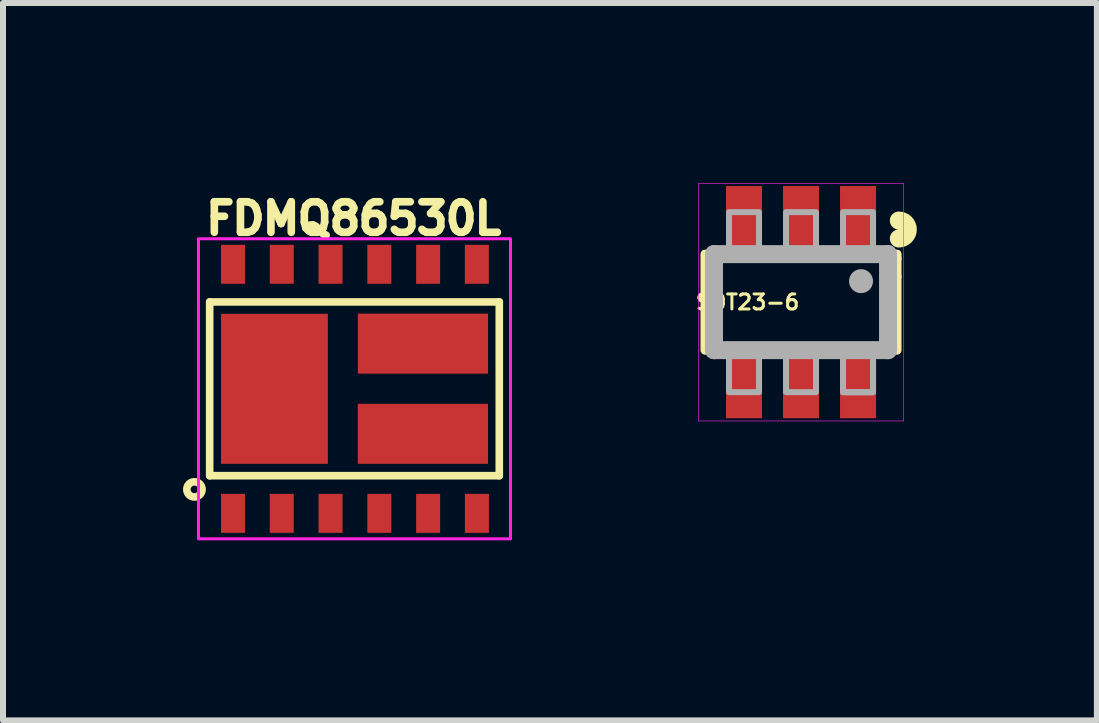
<source format=kicad_pcb>
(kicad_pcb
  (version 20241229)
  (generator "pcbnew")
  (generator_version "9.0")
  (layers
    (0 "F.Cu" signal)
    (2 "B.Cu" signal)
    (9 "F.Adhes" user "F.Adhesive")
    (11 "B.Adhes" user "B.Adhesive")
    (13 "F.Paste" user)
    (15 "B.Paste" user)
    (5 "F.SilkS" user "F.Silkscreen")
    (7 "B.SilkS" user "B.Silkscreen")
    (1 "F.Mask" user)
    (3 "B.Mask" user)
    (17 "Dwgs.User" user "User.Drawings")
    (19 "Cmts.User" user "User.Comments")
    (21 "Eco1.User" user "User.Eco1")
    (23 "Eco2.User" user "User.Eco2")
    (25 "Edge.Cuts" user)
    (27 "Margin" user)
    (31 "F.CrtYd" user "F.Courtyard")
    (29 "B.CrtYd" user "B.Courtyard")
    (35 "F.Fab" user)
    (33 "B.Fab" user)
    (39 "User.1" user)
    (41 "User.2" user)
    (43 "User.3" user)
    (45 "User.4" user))
  (footprint "SOT23-6"
    (layer "F.Cu")
    (at 10.298 1.985)
    (property "Reference" "SOT23-6" (at 0 0 180) (layer "F.SilkS") (effects (font (size 0.25 0.25) (thickness 0.05)) (justify right)))
    (fp_poly (pts (xy -1.32 -0.755) (xy -0.58 -0.755) (xy -0.58 -1.945) (xy -1.32 -1.945)) (stroke (width 0) (type solid)) (fill yes) (layer "F.Mask"))
    (fp_poly (pts (xy -1.32 1.945) (xy -0.58 1.945) (xy -0.58 0.755) (xy -1.32 0.755)) (stroke (width 0) (type solid)) (fill yes) (layer "F.Mask"))
    (fp_poly (pts (xy -1.2 -0.8) (xy -0.7 -0.8) (xy -0.7 -1.5) (xy -1.2 -1.5)) (stroke (width 0) (type solid)) (fill yes) (layer "F.Mask"))
    (fp_poly (pts (xy -1.2 1.5) (xy -0.7 1.5) (xy -0.7 0.8) (xy -1.2 0.8)) (stroke (width 0) (type solid)) (fill yes) (layer "F.Mask"))
    (fp_poly (pts (xy -0.37 -0.755) (xy 0.37 -0.755) (xy 0.37 -1.945) (xy -0.37 -1.945)) (stroke (width 0) (type solid)) (fill yes) (layer "F.Mask"))
    (fp_poly (pts (xy -0.37 1.945) (xy 0.37 1.945) (xy 0.37 0.755) (xy -0.37 0.755)) (stroke (width 0) (type solid)) (fill yes) (layer "F.Mask"))
    (fp_poly (pts (xy -0.25 -0.8) (xy 0.25 -0.8) (xy 0.25 -1.5) (xy -0.25 -1.5)) (stroke (width 0) (type solid)) (fill yes) (layer "F.Mask"))
    (fp_poly (pts (xy -0.25 1.5) (xy 0.25 1.5) (xy 0.25 0.8) (xy -0.25 0.8)) (stroke (width 0) (type solid)) (fill yes) (layer "F.Mask"))
    (fp_poly (pts (xy 0.58 -0.755) (xy 1.32 -0.755) (xy 1.32 -1.945) (xy 0.58 -1.945)) (stroke (width 0) (type solid)) (fill yes) (layer "F.Mask"))
    (fp_poly (pts (xy 0.58 1.945) (xy 1.32 1.945) (xy 1.32 0.755) (xy 0.58 0.755)) (stroke (width 0) (type solid)) (fill yes) (layer "F.Mask"))
    (fp_poly (pts (xy 0.7 -0.8) (xy 1.2 -0.8) (xy 1.2 -1.5) (xy 0.7 -1.5)) (stroke (width 0) (type solid)) (fill yes) (layer "F.Mask"))
    (fp_poly (pts (xy 0.7 1.5) (xy 1.2 1.5) (xy 1.2 0.8) (xy 0.7 0.8)) (stroke (width 0) (type solid)) (fill yes) (layer "F.Mask"))
    (fp_line (start -1.6 0.8) (end -1.6 -0.8) (stroke (width 0.15) (type solid)) (layer "F.SilkS"))
    (fp_line (start 1.6 -0.8) (end 1.6 -0.725) (stroke (width 0.15) (type solid)) (layer "F.SilkS"))
    (fp_line (start 1.6 -0.725) (end 1.6 -0.425) (stroke (width 0.15) (type solid)) (layer "F.SilkS"))
    (fp_line (start 1.6 -0.425) (end 1.6 0.8) (stroke (width 0.15) (type solid)) (layer "F.SilkS"))
    (fp_arc (start 1.63 -1.36) (mid 1.78 -1.21) (end 1.63 -1.06) (stroke (width 0.3) (type solid)) (layer "F.SilkS"))
    (fp_poly (pts (xy -1.225 -0.85) (xy -0.675 -0.85) (xy -0.675 -1.85) (xy -1.225 -1.85)) (stroke (width 0) (type solid)) (fill yes) (layer "F.Paste"))
    (fp_poly (pts (xy -1.225 1.85) (xy -0.675 1.85) (xy -0.675 0.85) (xy -1.225 0.85)) (stroke (width 0) (type solid)) (fill yes) (layer "F.Paste"))
    (fp_poly (pts (xy -0.275 -0.85) (xy 0.275 -0.85) (xy 0.275 -1.85) (xy -0.275 -1.85)) (stroke (width 0) (type solid)) (fill yes) (layer "F.Paste"))
    (fp_poly (pts (xy -0.275 1.85) (xy 0.275 1.85) (xy 0.275 0.85) (xy -0.275 0.85)) (stroke (width 0) (type solid)) (fill yes) (layer "F.Paste"))
    (fp_poly (pts (xy 0.675 -0.85) (xy 1.225 -0.85) (xy 1.225 -1.85) (xy 0.675 -1.85)) (stroke (width 0) (type solid)) (fill yes) (layer "F.Paste"))
    (fp_poly (pts (xy 0.675 1.85) (xy 1.225 1.85) (xy 1.225 0.85) (xy 0.675 0.85)) (stroke (width 0) (type solid)) (fill yes) (layer "F.Paste"))
    (fp_line (start -1.71 -1.98) (end -1.71 1.98) (stroke (width 0.01) (type solid)) (layer "F.CrtYd"))
    (fp_line (start -1.71 1.98) (end 1.71 1.98) (stroke (width 0.01) (type solid)) (layer "F.CrtYd"))
    (fp_line (start 1.71 -1.98) (end -1.71 -1.98) (stroke (width 0.01) (type solid)) (layer "F.CrtYd"))
    (fp_line (start 1.71 1.98) (end 1.71 -1.98) (stroke (width 0.01) (type solid)) (layer "F.CrtYd"))
    (fp_line (start -1.45 -0.8) (end 1.45 -0.8) (stroke (width 0.3) (type solid)) (layer "F.Fab"))
    (fp_line (start -1.45 0.8) (end -1.45 -0.8) (stroke (width 0.3) (type solid)) (layer "F.Fab"))
    (fp_line (start 1.45 -0.8) (end 1.45 0.8) (stroke (width 0.3) (type solid)) (layer "F.Fab"))
    (fp_line (start 1.45 0.8) (end -1.45 0.8) (stroke (width 0.3) (type solid)) (layer "F.Fab"))
    (fp_circle (center 1 -0.35) (end 1.1 -0.35) (stroke (width 0.2) (type solid)) (fill no) (layer "F.Fab"))
    (fp_poly (pts (xy -1.2 -0.8) (xy -0.7 -0.8) (xy -0.7 -1.5) (xy -1.2 -1.5)) (stroke (width 0.1) (type solid)) (fill no) (layer "F.Fab"))
    (fp_poly (pts (xy -1.2 1.5) (xy -0.7 1.5) (xy -0.7 0.8) (xy -1.2 0.8)) (stroke (width 0.1) (type solid)) (fill no) (layer "F.Fab"))
    (fp_poly (pts (xy -0.25 -0.8) (xy 0.25 -0.8) (xy 0.25 -1.5) (xy -0.25 -1.5)) (stroke (width 0.1) (type solid)) (fill no) (layer "F.Fab"))
    (fp_poly (pts (xy -0.25 1.5) (xy 0.25 1.5) (xy 0.25 0.8) (xy -0.25 0.8)) (stroke (width 0.1) (type solid)) (fill no) (layer "F.Fab"))
    (fp_poly (pts (xy 0.7 -0.8) (xy 1.2 -0.8) (xy 1.2 -1.5) (xy 0.7 -1.5)) (stroke (width 0.1) (type solid)) (fill no) (layer "F.Fab"))
    (fp_poly (pts (xy 0.7 1.5) (xy 1.2 1.5) (xy 1.2 0.8) (xy 0.7 0.8)) (stroke (width 0.1) (type solid)) (fill no) (layer "F.Fab"))
    (fp_poly (pts (xy 0.7 1.5) (xy 1.2 1.5) (xy 1.2 0.8) (xy 0.7 0.8)) (stroke (width 0.1) (type solid)) (fill no) (layer "F.Fab"))
    (pad "1" smd rect (at 0.95 -1.31) (size 0.6 1.25) (layers "F.Cu"))
    (pad "2" smd rect (at 0 -1.31) (size 0.6 1.25) (layers "F.Cu"))
    (pad "3" smd rect (at -0.95 -1.31) (size 0.6 1.25) (layers "F.Cu"))
    (pad "4" smd rect (at -0.95 1.31) (size 0.6 1.25) (layers "F.Cu"))
    (pad "5" smd rect (at 0 1.31) (size 0.6 1.25) (layers "F.Cu"))
    (pad "6" smd rect (at 0.95 1.31 180) (size 0.6 1.25) (layers "F.Cu")))
  (footprint "FDMQ86530L"
    (layer "F.Cu")
    (at 2.857 3.429)
    (property "Reference" "FDMQ86530L" (at -2.54 -2.54 0) (layer "F.SilkS") (effects (font (size 0.508 0.508) (thickness 0.127)) (justify left bottom)))
    (fp_line (start -2.413 -1.448) (end -2.413 1.448) (stroke (width 0.127) (type solid)) (layer "F.SilkS"))
    (fp_line (start -2.413 1.448) (end 2.413 1.448) (stroke (width 0.127) (type solid)) (layer "F.SilkS"))
    (fp_line (start 2.413 -1.448) (end -2.413 -1.448) (stroke (width 0.127) (type solid)) (layer "F.SilkS"))
    (fp_line (start 2.413 1.448) (end 2.413 -1.448) (stroke (width 0.127) (type solid)) (layer "F.SilkS"))
    (fp_circle (center -2.667 1.676) (end -2.54 1.676) (stroke (width 0.127) (type solid)) (fill no) (layer "F.SilkS"))
    (fp_poly (pts (xy -2.1 -0.3) (xy -0.6 -0.3) (xy -0.6 -1.1) (xy -2.1 -1.1)) (stroke (width 0) (type default)) (fill yes) (layer "F.Paste"))
    (fp_poly (pts (xy -2.1 1.1) (xy -0.6 1.1) (xy -0.6 0.3) (xy -2.1 0.3)) (stroke (width 0) (type default)) (fill yes) (layer "F.Paste"))
    (fp_poly (pts (xy 0.3 -0.4) (xy 2 -0.4) (xy 2 -1.1) (xy 0.3 -1.1)) (stroke (width 0) (type default)) (fill yes) (layer "F.Paste"))
    (fp_poly (pts (xy 0.3 1.1) (xy 2 1.1) (xy 2 0.4) (xy 0.3 0.4)) (stroke (width 0) (type default)) (fill yes) (layer "F.Paste"))
    (fp_rect (start -2.6 -2.5) (end 2.6 2.5) (stroke (width 0.05) (type default)) (fill no) (layer "F.CrtYd"))
    (pad "1" smd rect (at -2.024 2.075 90) (size 0.65 0.4) (layers "F.Cu" "F.Mask" "F.Paste"))
    (pad "2" smd rect (at -1.212 2.075 90) (size 0.65 0.4) (layers "F.Cu" "F.Mask" "F.Paste"))
    (pad "3" smd rect (at -0.399 2.075 90) (size 0.65 0.4) (layers "F.Cu" "F.Mask" "F.Paste"))
    (pad "4" smd rect (at 0.414 2.075 90) (size 0.65 0.4) (layers "F.Cu" "F.Mask" "F.Paste"))
    (pad "5" smd rect (at 1.227 2.075 90) (size 0.65 0.4) (layers "F.Cu" "F.Mask" "F.Paste"))
    (pad "6" smd rect (at 2.04 2.075 90) (size 0.65 0.4) (layers "F.Cu" "F.Mask" "F.Paste"))
    (pad "7" smd rect (at 2.039 -2.075 270) (size 0.65 0.4) (layers "F.Cu" "F.Mask" "F.Paste"))
    (pad "8" smd rect (at 1.227 -2.075 270) (size 0.65 0.4) (layers "F.Cu" "F.Mask" "F.Paste"))
    (pad "9" smd rect (at 0.414 -2.075 270) (size 0.65 0.4) (layers "F.Cu" "F.Mask" "F.Paste"))
    (pad "10" smd rect (at -0.399 -2.075 270) (size 0.65 0.4) (layers "F.Cu" "F.Mask" "F.Paste"))
    (pad "11" smd rect (at -1.212 -2.075 270) (size 0.65 0.4) (layers "F.Cu" "F.Mask" "F.Paste"))
    (pad "12" smd rect (at -2.025 -2.075 270) (size 0.65 0.4) (layers "F.Cu" "F.Mask" "F.Paste"))
    (pad "13" smd rect (at -1.334 0) (size 1.78 2.5) (layers "F.Cu" "F.Mask"))
    (pad "14" smd rect (at 1.14 0.75) (size 2.17 1) (layers "F.Cu" "F.Mask"))
    (pad "15" smd rect (at 1.141 -0.753) (size 2.17 1) (layers "F.Cu" "F.Mask")))
  (gr_rect
    (start -3 -3)
    (end 15.228 8.954)
    (stroke (width 0.1) (type default))
    (fill no)
    (layer "Edge.Cuts")))
</source>
